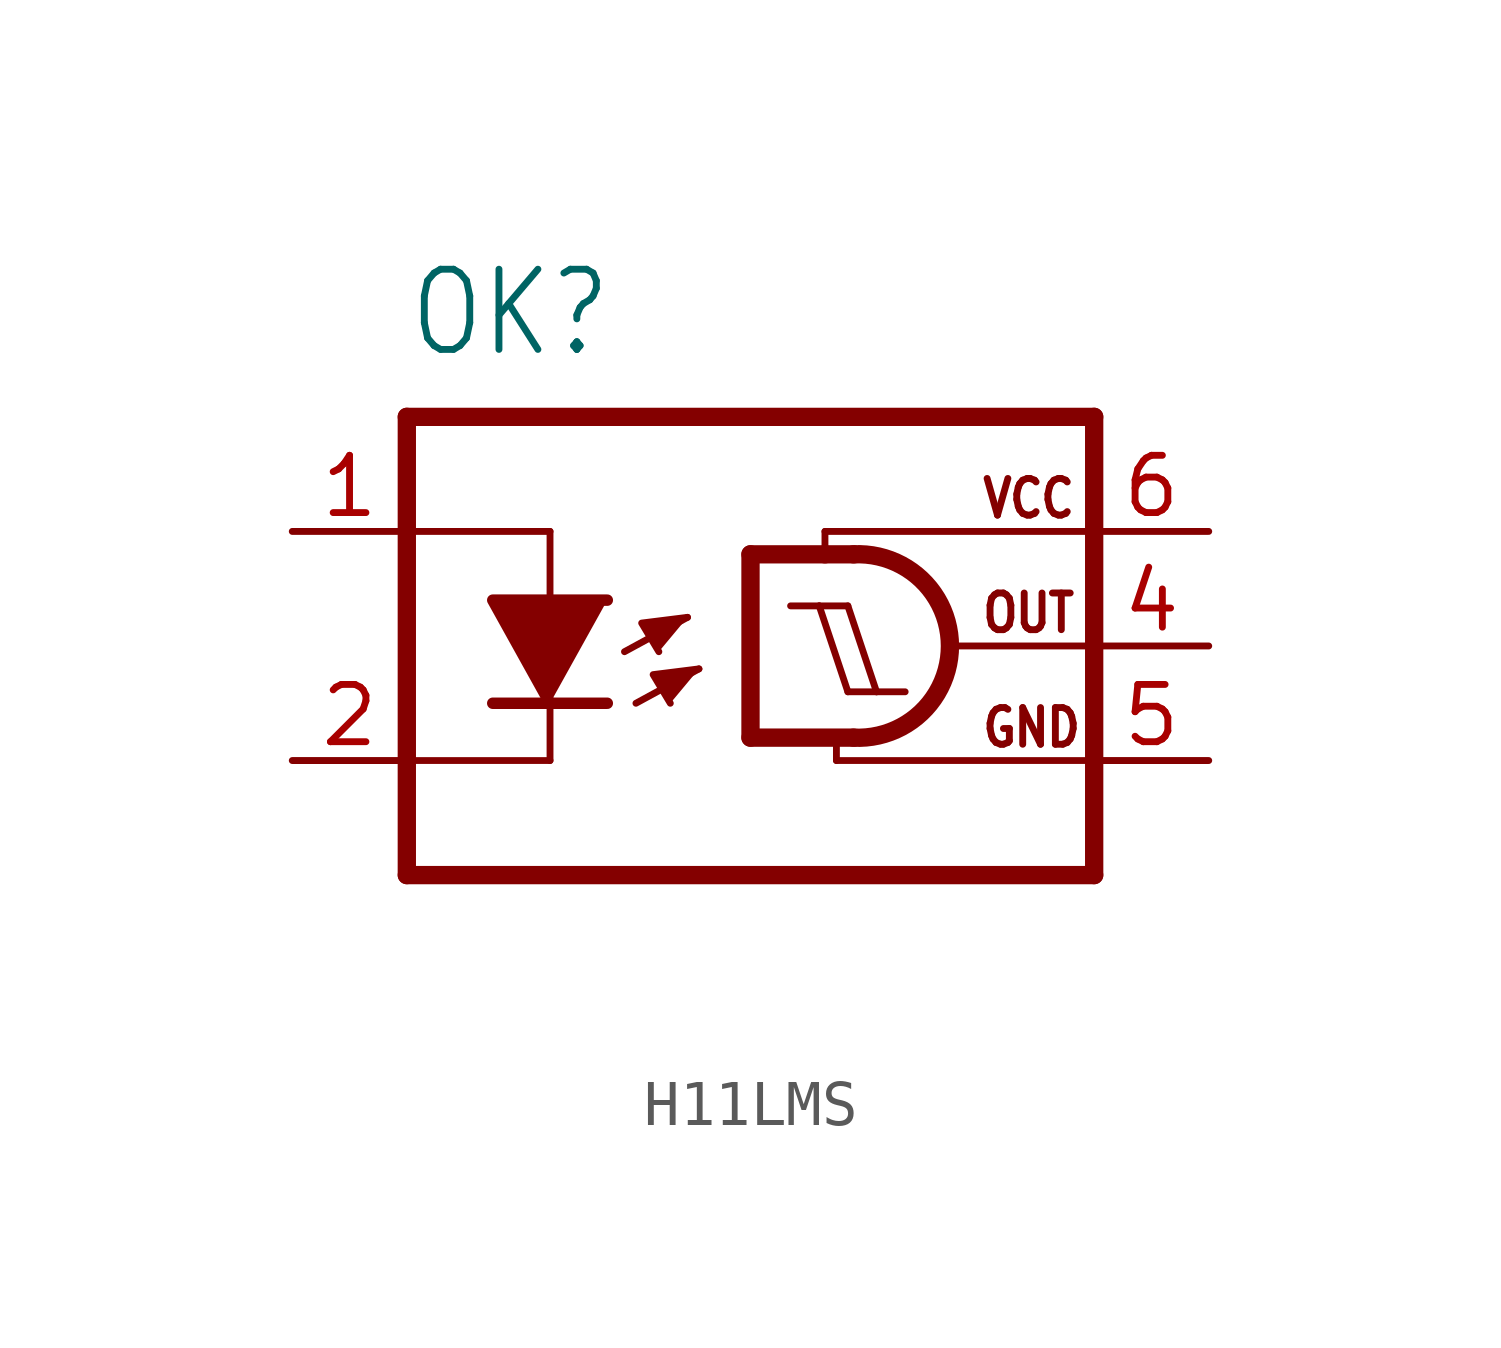
<source format=kicad_sym>
(kicad_symbol_lib
  (version 20241209)
  (generator "kicad_symbol_editor")
  (generator_version "9.0")
  (symbol "H11LMS"
    (property "Reference" "OK"
      (at -7.62 6.35 0)
      (effects (font (size 1.778 1.511)) (justify left bottom)))
    (property "Value" ""
      (at -7.62 -7.62 0)
      (effects (font (size 1.778 1.511)) (justify left bottom)))
    (property "ki_locked" ""
      (at 0 0 0)
      (effects (font (size 1.27 1.27))))
    (symbol "H11LMS_1_0"
      (polyline (pts (xy -7.62 5.08) (xy -7.62 -5.08)) (stroke (width 0.406) (type solid)) (fill (type none)))
      (polyline (pts (xy -7.62 2.54) (xy -4.445 2.54)) (stroke (width 0.152) (type solid)) (fill (type none)))
      (polyline (pts (xy -7.62 -2.54) (xy -4.445 -2.54)) (stroke (width 0.152) (type solid)) (fill (type none)))
      (polyline (pts (xy -4.445 1.143) (xy -4.445 2.54)) (stroke (width 0.152) (type solid)) (fill (type none)))
      (polyline (pts (xy -4.445 -1.27) (xy -5.715 -1.27)) (stroke (width 0.254) (type solid)) (fill (type none)))
      (polyline (pts (xy -4.445 -1.27) (xy -5.715 1.016) (xy -3.175 1.016)) (stroke (width 0.254) (type solid)) (fill (type outline)))
      (polyline (pts (xy -4.445 -2.54) (xy -4.445 -1.27)) (stroke (width 0.152) (type solid)) (fill (type none)))
      (polyline (pts (xy -3.175 -1.27) (xy -4.445 -1.27)) (stroke (width 0.254) (type solid)) (fill (type none)))
      (polyline (pts (xy -2.794 -0.127) (xy -1.397 0.635)) (stroke (width 0.152) (type solid)) (fill (type none)))
      (polyline (pts (xy -2.54 -1.27) (xy -1.143 -0.508)) (stroke (width 0.152) (type solid)) (fill (type none)))
      (polyline (pts (xy -1.397 0.635) (xy -2.413 0.508) (xy -2.032 -0.127)) (stroke (width 0.152) (type solid)) (fill (type outline)))
      (polyline (pts (xy -1.143 -0.508) (xy -2.159 -0.635) (xy -1.778 -1.27)) (stroke (width 0.152) (type solid)) (fill (type outline)))
      (polyline (pts (xy 0 2.032) (xy 0 -2.032)) (stroke (width 0.406) (type solid)) (fill (type none)))
      (polyline (pts (xy 0 2.032) (xy 1.651 2.032)) (stroke (width 0.406) (type solid)) (fill (type none)))
      (polyline (pts (xy 1.524 0.889) (xy 0.889 0.889)) (stroke (width 0.152) (type solid)) (fill (type none)))
      (polyline (pts (xy 1.651 2.54) (xy 7.62 2.54)) (stroke (width 0.152) (type solid)) (fill (type none)))
      (polyline (pts (xy 1.651 2.032) (xy 1.651 2.54)) (stroke (width 0.152) (type solid)) (fill (type none)))
      (polyline (pts (xy 1.651 2.032) (xy 2.286 2.032)) (stroke (width 0.406) (type solid)) (fill (type none)))
      (polyline (pts (xy 1.905 -2.159) (xy 1.905 -2.54)) (stroke (width 0.152) (type solid)) (fill (type none)))
      (polyline (pts (xy 1.905 -2.54) (xy 7.62 -2.54)) (stroke (width 0.152) (type solid)) (fill (type none)))
      (polyline (pts (xy 2.159 0.889) (xy 1.524 0.889)) (stroke (width 0.152) (type solid)) (fill (type none)))
      (polyline (pts (xy 2.159 -1.016) (xy 1.524 0.889)) (stroke (width 0.152) (type solid)) (fill (type none)))
      (polyline (pts (xy 2.286 -2.032) (xy 0 -2.032)) (stroke (width 0.406) (type solid)) (fill (type none)))
      (arc (start 2.286 2.032) (mid 4.422 -0.0001) (end 2.2858 -2.032) (stroke (width 0.4064) (type solid)) (fill (type none)))
      (polyline (pts (xy 2.794 -1.016) (xy 2.159 0.889)) (stroke (width 0.152) (type solid)) (fill (type none)))
      (polyline (pts (xy 2.794 -1.016) (xy 2.159 -1.016)) (stroke (width 0.152) (type solid)) (fill (type none)))
      (polyline (pts (xy 3.429 -1.016) (xy 2.794 -1.016)) (stroke (width 0.152) (type solid)) (fill (type none)))
      (polyline (pts (xy 4.572 0) (xy 7.62 0)) (stroke (width 0.152) (type solid)) (fill (type none)))
      (polyline (pts (xy 7.62 5.08) (xy -7.62 5.08)) (stroke (width 0.406) (type solid)) (fill (type none)))
      (polyline (pts (xy 7.62 5.08) (xy 7.62 -5.08)) (stroke (width 0.406) (type solid)) (fill (type none)))
      (polyline (pts (xy 7.62 -5.08) (xy -7.62 -5.08)) (stroke (width 0.406) (type solid)) (fill (type none)))
      (text "VCC" (at 5.08 2.794 0) (effects (font (size 0.813 0.691)) (justify left bottom)))
      (text "OUT" (at 5.08 0.254 0) (effects (font (size 0.813 0.691)) (justify left bottom)))
      (text "GND" (at 5.08 -2.286 0) (effects (font (size 0.813 0.691)) (justify left bottom)))
      (pin passive line (at -10.16 2.54 0) (length 2.54) (name "A" (effects (font (size 0 0)))) (number "1" (effects (font (size 1.27 1.27)))))
      (pin passive line (at -10.16 -2.54 0) (length 2.54) (name "C" (effects (font (size 0 0)))) (number "2" (effects (font (size 1.27 1.27)))))
      (pin power_in line (at 10.16 2.54 180) (length 2.54) (name "VCC" (effects (font (size 0 0)))) (number "6" (effects (font (size 1.27 1.27)))))
      (pin output line (at 10.16 0 180) (length 2.54) (name "OUT" (effects (font (size 0 0)))) (number "4" (effects (font (size 1.27 1.27)))))
      (pin power_in line (at 10.16 -2.54 180) (length 2.54) (name "GND" (effects (font (size 0 0)))) (number "5" (effects (font (size 1.27 1.27))))))))
</source>
